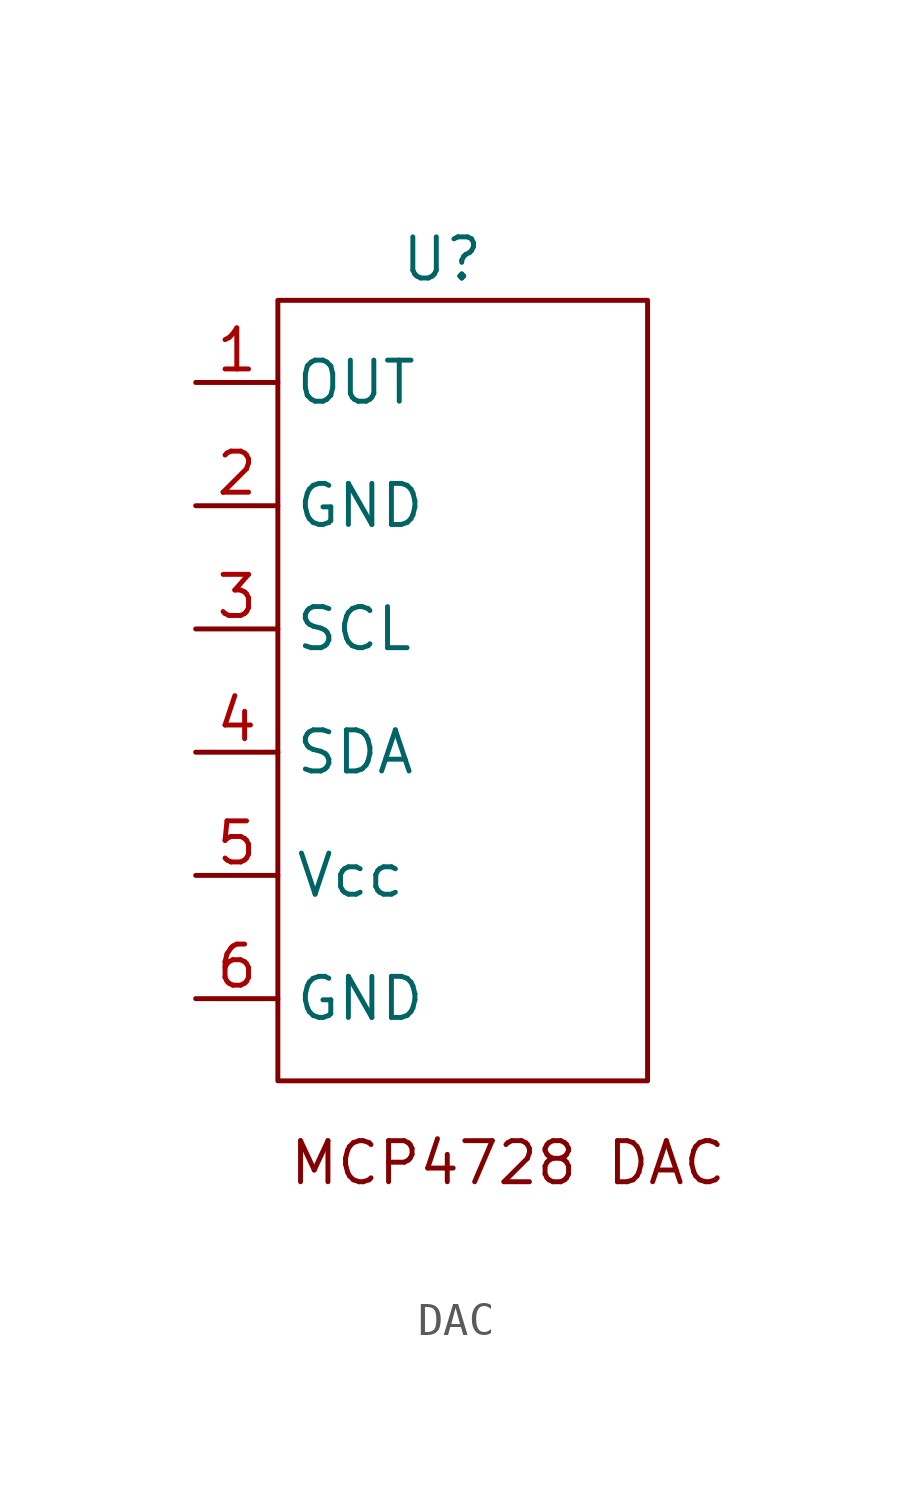
<source format=kicad_sym>
(kicad_symbol_lib
  (version 20231120)
  (generator "kicad_symbol_editor")
  (generator_version "8.0")
  (symbol "DAC"
    (property "Reference" "U"
      (at 0 0 0)
      (effects (font (size 1.27 1.27))))
    (property "Value" ""
      (at 0 0 0)
      (effects (font (size 1.27 1.27))))
    (symbol "DAC_0_1"
      (rectangle (start -5.08 -1.27) (end 6.35 -25.4) (stroke (width 0) (type default)) (fill (type none))))
    (symbol "DAC_1_1"
      (text "MCP4728 DAC" (at 2.032 -27.94 0) (effects (font (size 1.27 1.27))))
      (pin output line (at -7.62 -3.81 0) (length 2.54) (name "OUT" (effects (font (size 1.27 1.27)))) (number "1" (effects (font (size 1.27 1.27)))))
      (pin input line (at -7.62 -7.62 0) (length 2.54) (name "GND" (effects (font (size 1.27 1.27)))) (number "2" (effects (font (size 1.27 1.27)))))
      (pin input line (at -7.62 -11.43 0) (length 2.54) (name "SCL" (effects (font (size 1.27 1.27)))) (number "3" (effects (font (size 1.27 1.27)))))
      (pin input line (at -7.62 -15.24 0) (length 2.54) (name "SDA" (effects (font (size 1.27 1.27)))) (number "4" (effects (font (size 1.27 1.27)))))
      (pin input line (at -7.62 -19.05 0) (length 2.54) (name "Vcc" (effects (font (size 1.27 1.27)))) (number "5" (effects (font (size 1.27 1.27)))))
      (pin output line (at -7.62 -22.86 0) (length 2.54) (name "GND" (effects (font (size 1.27 1.27)))) (number "6" (effects (font (size 1.27 1.27))))))))
</source>
